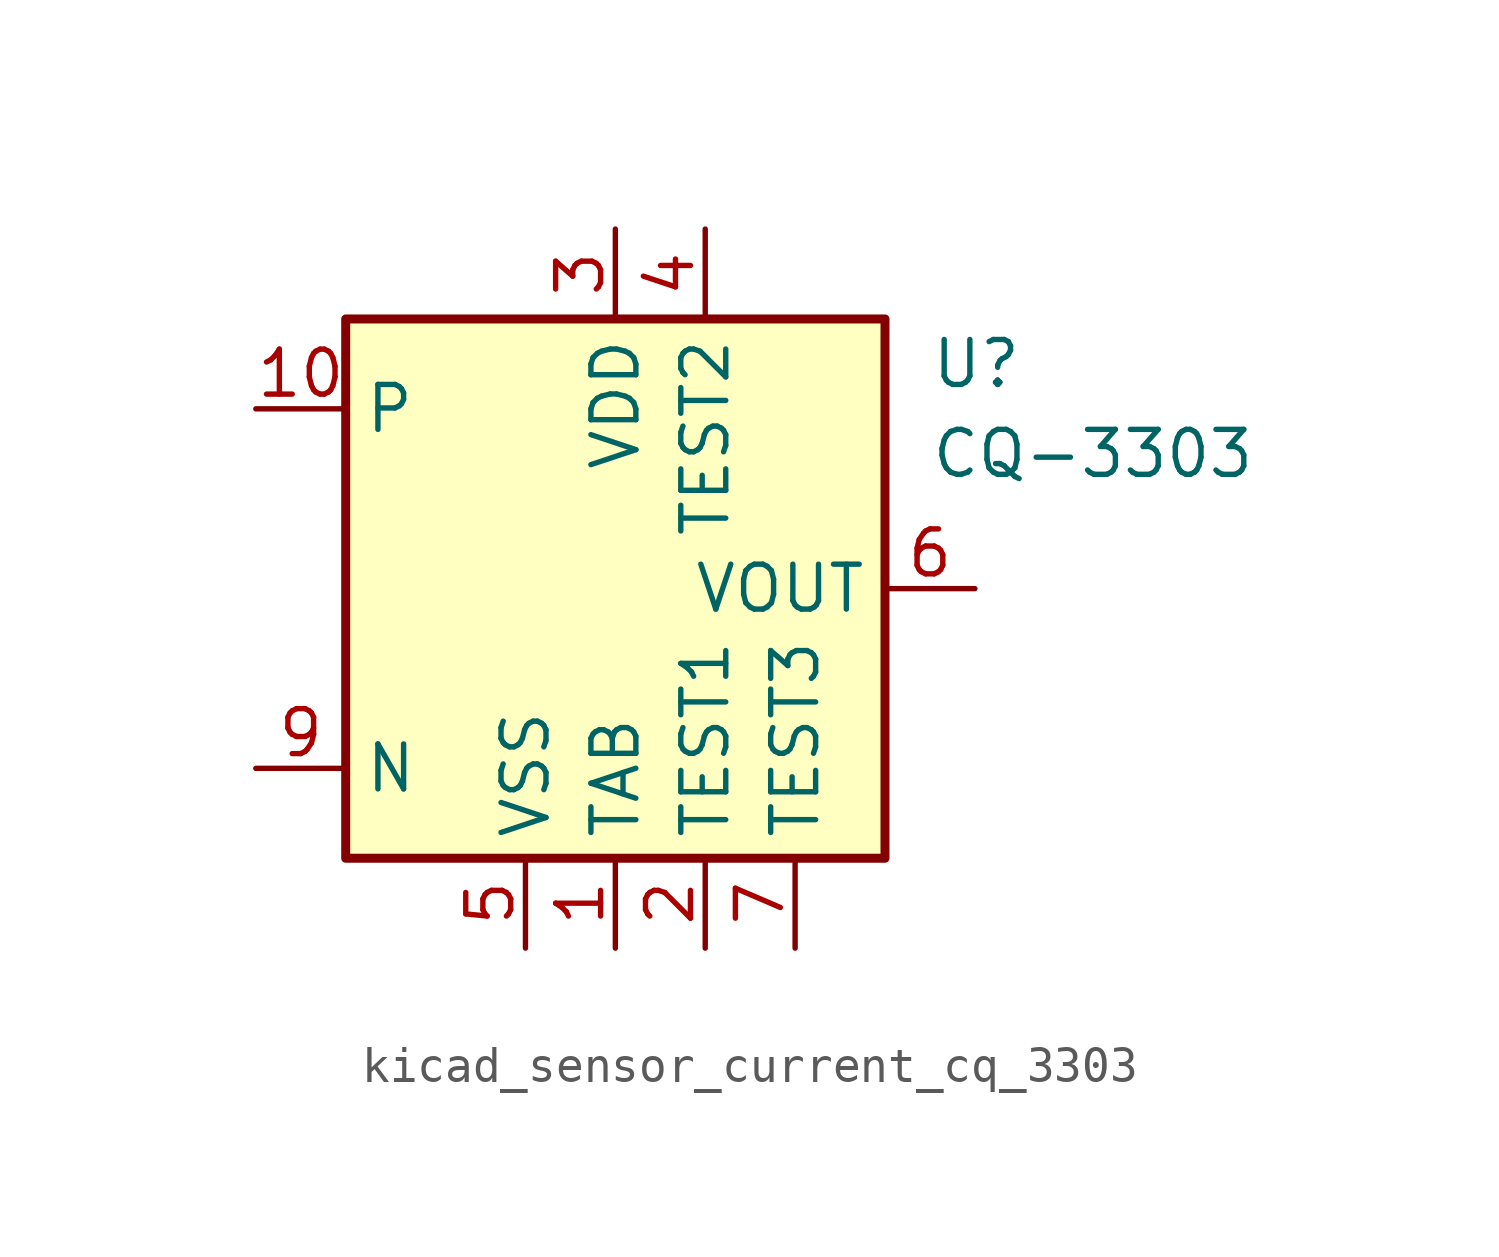
<source format=kicad_sym>
(kicad_symbol_lib
  (version 20220914)
  (generator kicad_symbol_editor)
  (symbol "kicad_sensor_current_cq_3303"
    (property "Reference" "U"
      (at 8.89 6.35 0)
      (effects (font (size 1.27 1.27)) (justify left)))
    (property "Value" "CQ-3303"
      (at 8.89 3.81 0)
      (effects (font (size 1.27 1.27)) (justify left)))
    (symbol "kicad_sensor_current_cq_3303_0_1"
      (rectangle (start -7.62 7.62) (end 7.62 -7.62) (stroke (width 0.254) (type default)) (fill (type background))))
    (symbol "kicad_sensor_current_cq_3303_1_1"
      (pin power_in line (at 0 -10.16 90) (length 2.54) (name "TAB" (effects (font (size 1.27 1.27)))) (number "1" (effects (font (size 1.27 1.27)))))
      (pin passive line (at -10.16 5.08 0) (length 2.54) (name "P" (effects (font (size 1.27 1.27)))) (number "10" (effects (font (size 1.27 1.27)))))
      (pin power_in line (at 2.54 -10.16 90) (length 2.54) (name "TEST1" (effects (font (size 1.27 1.27)))) (number "2" (effects (font (size 1.27 1.27)))))
      (pin power_in line (at 0 10.16 270) (length 2.54) (name "VDD" (effects (font (size 1.27 1.27)))) (number "3" (effects (font (size 1.27 1.27)))))
      (pin power_in line (at 2.54 10.16 270) (length 2.54) (name "TEST2" (effects (font (size 1.27 1.27)))) (number "4" (effects (font (size 1.27 1.27)))))
      (pin power_in line (at -2.54 -10.16 90) (length 2.54) (name "VSS" (effects (font (size 1.27 1.27)))) (number "5" (effects (font (size 1.27 1.27)))))
      (pin output line (at 10.16 0 180) (length 2.54) (name "VOUT" (effects (font (size 1.27 1.27)))) (number "6" (effects (font (size 1.27 1.27)))))
      (pin power_in line (at 5.08 -10.16 90) (length 2.54) (name "TEST3" (effects (font (size 1.27 1.27)))) (number "7" (effects (font (size 1.27 1.27)))))
      (pin passive line (at 0 -10.16 90) (length 2.54) hide (name "TAB" (effects (font (size 1.27 1.27)))) (number "8" (effects (font (size 1.27 1.27)))))
      (pin passive line (at -10.16 -5.08 0) (length 2.54) (name "N" (effects (font (size 1.27 1.27)))) (number "9" (effects (font (size 1.27 1.27))))))))
</source>
